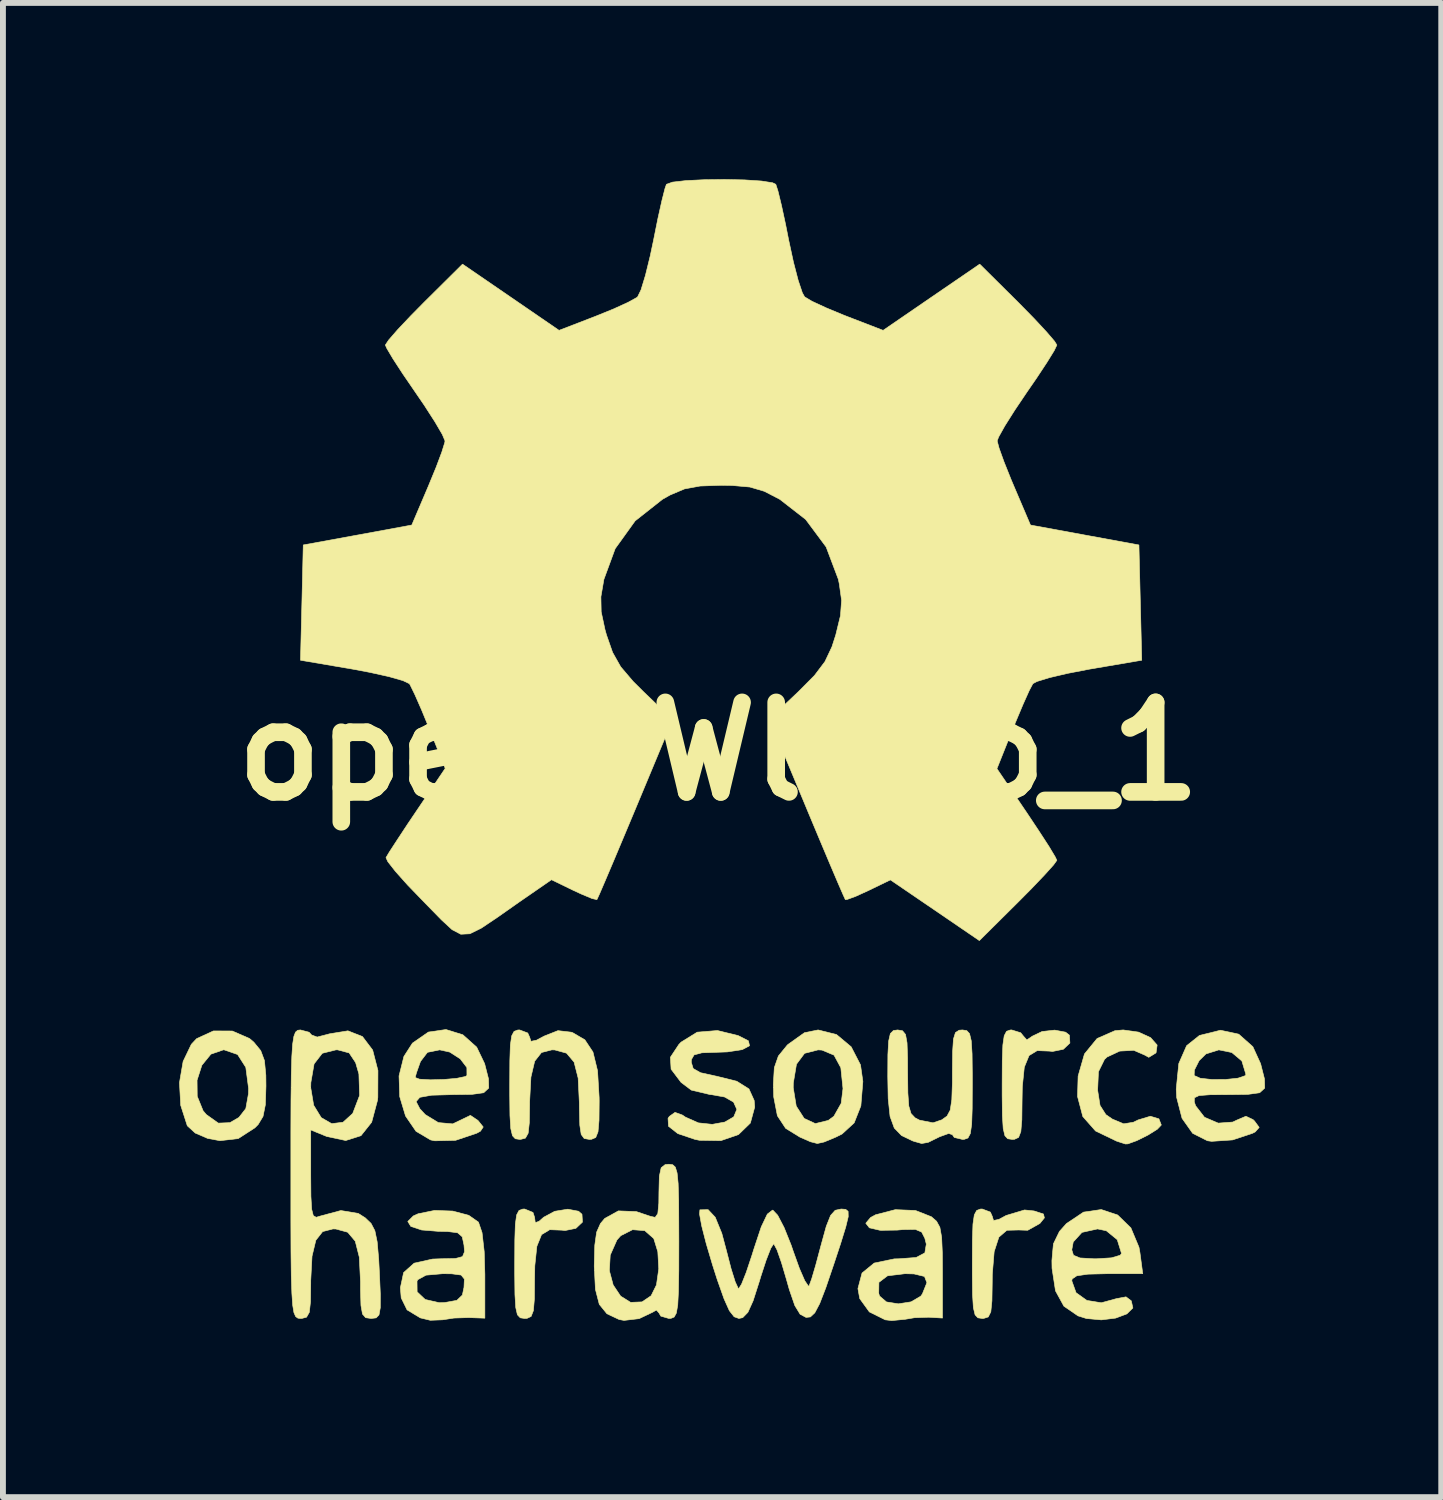
<source format=kicad_pcb>
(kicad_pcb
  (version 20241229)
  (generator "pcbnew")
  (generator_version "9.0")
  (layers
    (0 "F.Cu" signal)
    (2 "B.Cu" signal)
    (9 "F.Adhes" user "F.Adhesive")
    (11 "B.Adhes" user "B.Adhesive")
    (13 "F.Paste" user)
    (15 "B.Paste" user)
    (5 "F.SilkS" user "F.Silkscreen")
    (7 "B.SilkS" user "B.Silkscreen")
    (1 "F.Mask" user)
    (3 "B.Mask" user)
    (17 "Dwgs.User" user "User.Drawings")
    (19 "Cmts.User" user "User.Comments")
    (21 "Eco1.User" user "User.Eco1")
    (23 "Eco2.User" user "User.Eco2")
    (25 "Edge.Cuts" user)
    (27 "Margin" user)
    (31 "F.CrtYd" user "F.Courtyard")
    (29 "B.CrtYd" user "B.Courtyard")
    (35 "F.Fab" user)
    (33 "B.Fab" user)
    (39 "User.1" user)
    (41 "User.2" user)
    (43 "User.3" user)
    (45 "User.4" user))
  (footprint "openHWlogo_1"
    (layer "F.Cu")
    (at 9.182 9.74)
    (property "Reference" "openHWlogo_1" (at 0 0 0) (layer "F.SilkS") (effects (font (size 1.524 1.524) (thickness 0.3))))
    (attr through_hole)
    (fp_poly (pts (xy 4.625 7.841) (xy 4.657 7.912) (xy 4.679 7.985) (xy 4.772 7.965) (xy 4.894 7.899) (xy 5.207 7.805) (xy 5.369 7.822) (xy 5.529 7.874) (xy 5.545 7.94) (xy 5.468 8.035) (xy 5.261 8.151) (xy 5.107 8.146) (xy 4.906 8.151) (xy 4.77 8.268) (xy 4.69 8.514) (xy 4.658 8.903) (xy 4.657 9.033) (xy 4.652 9.353) (xy 4.633 9.539) (xy 4.59 9.626) (xy 4.512 9.651) (xy 4.487 9.652) (xy 4.413 9.641) (xy 4.365 9.59) (xy 4.336 9.468) (xy 4.322 9.246) (xy 4.318 8.896) (xy 4.318 8.721) (xy 4.32 8.313) (xy 4.329 8.046) (xy 4.352 7.889) (xy 4.392 7.814) (xy 4.455 7.79) (xy 4.487 7.789) (xy 4.625 7.841)) (stroke (width 0.01) (type solid)) (fill yes) (layer "F.SilkS"))
    (fp_poly (pts (xy 5.142 4.789) (xy 5.189 4.847) (xy 5.246 4.911) (xy 5.34 4.847) (xy 5.505 4.768) (xy 5.72 4.744) (xy 5.906 4.779) (xy 5.971 4.83) (xy 5.979 4.964) (xy 5.867 5.07) (xy 5.684 5.107) (xy 5.629 5.101) (xy 5.422 5.093) (xy 5.284 5.177) (xy 5.203 5.375) (xy 5.169 5.708) (xy 5.165 5.937) (xy 5.161 6.271) (xy 5.144 6.471) (xy 5.106 6.57) (xy 5.037 6.602) (xy 4.995 6.604) (xy 4.921 6.593) (xy 4.873 6.542) (xy 4.844 6.42) (xy 4.83 6.198) (xy 4.826 5.848) (xy 4.826 5.673) (xy 4.828 5.265) (xy 4.838 4.997) (xy 4.861 4.84) (xy 4.901 4.764) (xy 4.964 4.742) (xy 4.988 4.741) (xy 5.142 4.789)) (stroke (width 0.01) (type solid)) (fill yes) (layer "F.SilkS"))
    (fp_poly (pts (xy -3.16 7.847) (xy -3.133 7.929) (xy -3.121 8.022) (xy -3.055 7.997) (xy -2.978 7.929) (xy -2.79 7.828) (xy -2.568 7.792) (xy -2.384 7.827) (xy -2.326 7.878) (xy -2.318 8.012) (xy -2.43 8.118) (xy -2.614 8.155) (xy -2.668 8.149) (xy -2.875 8.141) (xy -3.014 8.225) (xy -3.094 8.423) (xy -3.129 8.756) (xy -3.133 8.985) (xy -3.136 9.319) (xy -3.153 9.519) (xy -3.192 9.618) (xy -3.261 9.65) (xy -3.302 9.652) (xy -3.376 9.641) (xy -3.425 9.59) (xy -3.453 9.468) (xy -3.467 9.246) (xy -3.471 8.896) (xy -3.471 8.721) (xy -3.469 8.313) (xy -3.46 8.046) (xy -3.438 7.889) (xy -3.398 7.814) (xy -3.334 7.79) (xy -3.302 7.789) (xy -3.16 7.847)) (stroke (width 0.01) (type solid)) (fill yes) (layer "F.SilkS"))
    (fp_poly (pts (xy 7.148 4.778) (xy 7.353 4.872) (xy 7.464 4.998) (xy 7.446 5.128) (xy 7.441 5.134) (xy 7.322 5.207) (xy 7.251 5.168) (xy 7.067 5.088) (xy 6.827 5.101) (xy 6.613 5.201) (xy 6.569 5.241) (xy 6.465 5.452) (xy 6.451 5.767) (xy 6.492 6.026) (xy 6.591 6.182) (xy 6.703 6.259) (xy 6.895 6.339) (xy 7.06 6.312) (xy 7.14 6.273) (xy 7.349 6.21) (xy 7.494 6.254) (xy 7.535 6.359) (xy 7.467 6.431) (xy 7.307 6.531) (xy 7.118 6.625) (xy 6.966 6.68) (xy 6.924 6.682) (xy 6.834 6.653) (xy 6.773 6.633) (xy 6.416 6.461) (xy 6.199 6.215) (xy 6.109 5.873) (xy 6.119 5.526) (xy 6.227 5.15) (xy 6.442 4.887) (xy 6.745 4.754) (xy 6.886 4.741) (xy 7.148 4.778)) (stroke (width 0.01) (type solid)) (fill yes) (layer "F.SilkS"))
    (fp_poly (pts (xy 2.006 4.819) (xy 2.256 5.028) (xy 2.415 5.336) (xy 2.455 5.618) (xy 2.421 6.034) (xy 2.307 6.323) (xy 2.101 6.512) (xy 1.993 6.566) (xy 1.796 6.648) (xy 1.68 6.674) (xy 1.563 6.644) (xy 1.383 6.565) (xy 1.141 6.416) (xy 1 6.201) (xy 0.938 5.882) (xy 0.933 5.724) (xy 1.27 5.724) (xy 1.321 6.037) (xy 1.456 6.247) (xy 1.646 6.335) (xy 1.866 6.281) (xy 1.962 6.21) (xy 2.086 5.99) (xy 2.117 5.739) (xy 2.08 5.384) (xy 1.964 5.17) (xy 1.759 5.084) (xy 1.693 5.08) (xy 1.463 5.139) (xy 1.325 5.324) (xy 1.271 5.647) (xy 1.27 5.724) (xy 0.933 5.724) (xy 0.931 5.672) (xy 0.948 5.383) (xy 1.017 5.185) (xy 1.165 5.003) (xy 1.179 4.989) (xy 1.461 4.788) (xy 1.693 4.741) (xy 2.006 4.819)) (stroke (width 0.01) (type solid)) (fill yes) (layer "F.SilkS"))
    (fp_poly (pts (xy -8.278 4.759) (xy -7.985 4.887) (xy -7.912 4.949) (xy -7.794 5.093) (xy -7.731 5.262) (xy -7.707 5.513) (xy -7.705 5.696) (xy -7.715 6.013) (xy -7.755 6.213) (xy -7.838 6.351) (xy -7.895 6.408) (xy -8.177 6.59) (xy -8.488 6.626) (xy -8.698 6.587) (xy -8.909 6.496) (xy -9.043 6.373) (xy -9.045 6.369) (xy -9.156 6.024) (xy -9.177 5.641) (xy -9.17 5.597) (xy -8.878 5.597) (xy -8.875 5.871) (xy -8.775 6.117) (xy -8.721 6.181) (xy -8.516 6.327) (xy -8.318 6.319) (xy -8.165 6.23) (xy -8.048 6.08) (xy -8.003 5.828) (xy -8.001 5.735) (xy -8.048 5.378) (xy -8.188 5.159) (xy -8.417 5.08) (xy -8.43 5.08) (xy -8.642 5.153) (xy -8.796 5.342) (xy -8.878 5.597) (xy -9.17 5.597) (xy -9.115 5.277) (xy -8.975 4.985) (xy -8.885 4.889) (xy -8.6 4.758) (xy -8.278 4.759)) (stroke (width 0.01) (type solid)) (fill yes) (layer "F.SilkS"))
    (fp_poly (pts (xy 0.332 4.837) (xy 0.507 4.926) (xy 0.526 5.01) (xy 0.402 5.076) (xy 0.148 5.115) (xy -0.024 5.121) (xy -0.285 5.13) (xy -0.418 5.166) (xy -0.463 5.244) (xy -0.466 5.29) (xy -0.433 5.398) (xy -0.308 5.469) (xy -0.054 5.525) (xy -0.042 5.527) (xy 0.308 5.614) (xy 0.516 5.745) (xy 0.605 5.941) (xy 0.614 6.054) (xy 0.54 6.326) (xy 0.338 6.522) (xy 0.039 6.625) (xy -0.327 6.619) (xy -0.402 6.604) (xy -0.695 6.505) (xy -0.853 6.381) (xy -0.861 6.246) (xy -0.839 6.213) (xy -0.742 6.144) (xy -0.616 6.19) (xy -0.565 6.225) (xy -0.344 6.323) (xy -0.108 6.348) (xy 0.105 6.309) (xy 0.257 6.221) (xy 0.31 6.093) (xy 0.254 5.969) (xy 0.101 5.882) (xy -0.126 5.842) (xy -0.141 5.842) (xy -0.465 5.765) (xy -0.639 5.634) (xy -0.809 5.409) (xy -0.821 5.206) (xy -0.676 4.987) (xy -0.639 4.949) (xy -0.365 4.779) (xy -0.02 4.751) (xy 0.332 4.837)) (stroke (width 0.01) (type solid)) (fill yes) (layer "F.SilkS"))
    (fp_poly (pts (xy 6.792 7.891) (xy 7.017 8.11) (xy 7.155 8.44) (xy 7.171 8.53) (xy 7.219 8.89) (xy 6.615 8.89) (xy 6.286 8.898) (xy 6.096 8.926) (xy 6.018 8.979) (xy 6.011 9.011) (xy 6.084 9.214) (xy 6.268 9.345) (xy 6.514 9.385) (xy 6.77 9.315) (xy 6.934 9.284) (xy 7.024 9.352) (xy 7.051 9.473) (xy 6.949 9.574) (xy 6.757 9.646) (xy 6.514 9.676) (xy 6.261 9.653) (xy 6.117 9.608) (xy 5.877 9.443) (xy 5.734 9.182) (xy 5.675 8.798) (xy 5.673 8.666) (xy 5.689 8.484) (xy 6.011 8.484) (xy 6.04 8.576) (xy 6.151 8.622) (xy 6.386 8.636) (xy 6.435 8.636) (xy 6.686 8.62) (xy 6.835 8.576) (xy 6.858 8.546) (xy 6.785 8.311) (xy 6.599 8.159) (xy 6.449 8.128) (xy 6.184 8.187) (xy 6.036 8.35) (xy 6.011 8.484) (xy 5.689 8.484) (xy 5.699 8.381) (xy 5.801 8.171) (xy 5.92 8.037) (xy 6.211 7.842) (xy 6.513 7.798) (xy 6.792 7.891)) (stroke (width 0.01) (type solid)) (fill yes) (layer "F.SilkS"))
    (fp_poly (pts (xy -4.526 7.824) (xy -4.254 7.896) (xy -4.088 8.012) (xy -4.027 8.191) (xy -3.99 8.516) (xy -3.979 8.904) (xy -3.979 9.647) (xy -4.255 9.637) (xy -4.505 9.645) (xy -4.699 9.675) (xy -4.908 9.683) (xy -5.078 9.642) (xy -5.303 9.506) (xy -5.403 9.302) (xy -5.417 9.129) (xy -5.393 9.018) (xy -5.134 9.018) (xy -5.132 9.199) (xy -4.995 9.329) (xy -4.756 9.384) (xy -4.664 9.381) (xy -4.456 9.344) (xy -4.362 9.254) (xy -4.334 9.123) (xy -4.328 8.981) (xy -4.383 8.913) (xy -4.541 8.892) (xy -4.696 8.89) (xy -4.981 8.915) (xy -5.121 8.992) (xy -5.134 9.018) (xy -5.393 9.018) (xy -5.362 8.871) (xy -5.183 8.711) (xy -4.87 8.641) (xy -4.73 8.636) (xy -4.48 8.631) (xy -4.359 8.599) (xy -4.325 8.516) (xy -4.334 8.403) (xy -4.364 8.262) (xy -4.444 8.193) (xy -4.622 8.171) (xy -4.759 8.17) (xy -5.056 8.146) (xy -5.239 8.085) (xy -5.291 8.001) (xy -5.197 7.907) (xy -5.115 7.87) (xy -4.834 7.813) (xy -4.526 7.824)) (stroke (width 0.01) (type solid)) (fill yes) (layer "F.SilkS"))
    (fp_poly (pts (xy -4.354 4.823) (xy -4.118 5.034) (xy -3.983 5.315) (xy -3.917 5.574) (xy -3.913 5.73) (xy -3.999 5.81) (xy -4.201 5.838) (xy -4.53 5.842) (xy -4.886 5.852) (xy -5.087 5.888) (xy -5.149 5.961) (xy -5.086 6.082) (xy -4.995 6.181) (xy -4.771 6.318) (xy -4.526 6.34) (xy -4.334 6.248) (xy -4.225 6.195) (xy -4.096 6.282) (xy -4.007 6.393) (xy -4.054 6.464) (xy -4.118 6.499) (xy -4.478 6.62) (xy -4.832 6.628) (xy -4.903 6.613) (xy -5.151 6.466) (xy -5.329 6.206) (xy -5.428 5.877) (xy -5.439 5.551) (xy -5.165 5.551) (xy -5.091 5.579) (xy -4.908 5.59) (xy -4.678 5.584) (xy -4.459 5.565) (xy -4.312 5.534) (xy -4.284 5.517) (xy -4.285 5.381) (xy -4.398 5.233) (xy -4.577 5.118) (xy -4.748 5.08) (xy -4.956 5.122) (xy -5.073 5.275) (xy -5.082 5.297) (xy -5.143 5.469) (xy -5.165 5.551) (xy -5.439 5.551) (xy -5.44 5.524) (xy -5.357 5.192) (xy -5.211 4.965) (xy -4.94 4.777) (xy -4.641 4.734) (xy -4.354 4.823)) (stroke (width 0.01) (type solid)) (fill yes) (layer "F.SilkS"))
    (fp_poly (pts (xy -3.249 4.793) (xy -3.217 4.864) (xy -3.194 4.935) (xy -3.099 4.915) (xy -2.97 4.846) (xy -2.735 4.753) (xy -2.51 4.779) (xy -2.485 4.787) (xy -2.277 4.909) (xy -2.139 5.117) (xy -2.061 5.436) (xy -2.034 5.891) (xy -2.033 5.948) (xy -2.036 6.279) (xy -2.053 6.475) (xy -2.092 6.572) (xy -2.163 6.602) (xy -2.201 6.604) (xy -2.288 6.589) (xy -2.339 6.52) (xy -2.363 6.362) (xy -2.37 6.08) (xy -2.371 5.975) (xy -2.391 5.561) (xy -2.46 5.289) (xy -2.589 5.136) (xy -2.79 5.081) (xy -2.839 5.08) (xy -3.015 5.125) (xy -3.131 5.273) (xy -3.195 5.544) (xy -3.217 5.959) (xy -3.217 6.006) (xy -3.222 6.319) (xy -3.242 6.499) (xy -3.288 6.582) (xy -3.371 6.604) (xy -3.387 6.604) (xy -3.461 6.593) (xy -3.509 6.542) (xy -3.538 6.42) (xy -3.552 6.198) (xy -3.556 5.848) (xy -3.556 5.673) (xy -3.554 5.265) (xy -3.545 4.998) (xy -3.522 4.841) (xy -3.482 4.766) (xy -3.419 4.742) (xy -3.387 4.741) (xy -3.249 4.793)) (stroke (width 0.01) (type solid)) (fill yes) (layer "F.SilkS"))
    (fp_poly (pts (xy 3.351 7.814) (xy 3.622 7.921) (xy 3.71 7.998) (xy 3.766 8.101) (xy 3.796 8.27) (xy 3.808 8.541) (xy 3.81 8.849) (xy 3.81 9.645) (xy 3.577 9.631) (xy 3.335 9.639) (xy 3.175 9.666) (xy 2.947 9.688) (xy 2.836 9.675) (xy 2.566 9.541) (xy 2.402 9.314) (xy 2.386 9.227) (xy 2.725 9.227) (xy 2.74 9.271) (xy 2.857 9.371) (xy 3.059 9.403) (xy 3.276 9.369) (xy 3.44 9.273) (xy 3.468 9.234) (xy 3.545 9.043) (xy 3.504 8.937) (xy 3.326 8.894) (xy 3.172 8.89) (xy 2.875 8.926) (xy 2.728 9.037) (xy 2.725 9.227) (xy 2.386 9.227) (xy 2.371 9.144) (xy 2.441 8.879) (xy 2.648 8.709) (xy 2.989 8.638) (xy 3.071 8.636) (xy 3.362 8.614) (xy 3.51 8.536) (xy 3.535 8.386) (xy 3.51 8.287) (xy 3.456 8.181) (xy 3.349 8.136) (xy 3.14 8.139) (xy 3.039 8.148) (xy 2.751 8.152) (xy 2.566 8.109) (xy 2.505 8.031) (xy 2.586 7.934) (xy 2.672 7.887) (xy 3.007 7.8) (xy 3.351 7.814)) (stroke (width 0.01) (type solid)) (fill yes) (layer "F.SilkS"))
    (fp_poly (pts (xy 8.853 4.813) (xy 9.093 5.026) (xy 9.225 5.315) (xy 9.291 5.575) (xy 9.295 5.731) (xy 9.209 5.81) (xy 9.006 5.838) (xy 8.681 5.842) (xy 8.36 5.844) (xy 8.177 5.858) (xy 8.099 5.895) (xy 8.096 5.965) (xy 8.119 6.032) (xy 8.27 6.227) (xy 8.504 6.327) (xy 8.751 6.309) (xy 8.82 6.276) (xy 8.975 6.21) (xy 9.096 6.267) (xy 9.122 6.292) (xy 9.201 6.4) (xy 9.134 6.476) (xy 9.09 6.499) (xy 8.748 6.613) (xy 8.392 6.637) (xy 8.32 6.627) (xy 8.069 6.501) (xy 7.888 6.245) (xy 7.797 5.893) (xy 7.789 5.75) (xy 7.812 5.517) (xy 8.094 5.517) (xy 8.198 5.563) (xy 8.396 5.585) (xy 8.63 5.584) (xy 8.839 5.562) (xy 8.962 5.52) (xy 8.975 5.498) (xy 8.906 5.269) (xy 8.735 5.125) (xy 8.514 5.08) (xy 8.295 5.149) (xy 8.179 5.263) (xy 8.098 5.424) (xy 8.094 5.517) (xy 7.812 5.517) (xy 7.833 5.312) (xy 7.966 5.009) (xy 8.184 4.835) (xy 8.542 4.746) (xy 8.853 4.813)) (stroke (width 0.01) (type solid)) (fill yes) (layer "F.SilkS"))
    (fp_poly (pts (xy 4.223 4.752) (xy 4.271 4.804) (xy 4.3 4.926) (xy 4.314 5.147) (xy 4.318 5.497) (xy 4.318 5.673) (xy 4.316 6.08) (xy 4.307 6.348) (xy 4.284 6.505) (xy 4.244 6.58) (xy 4.181 6.603) (xy 4.149 6.604) (xy 4.011 6.571) (xy 3.979 6.524) (xy 3.916 6.503) (xy 3.761 6.559) (xy 3.747 6.566) (xy 3.568 6.654) (xy 3.456 6.674) (xy 3.328 6.638) (xy 3.302 6.629) (xy 3.113 6.538) (xy 2.99 6.411) (xy 2.918 6.213) (xy 2.886 5.91) (xy 2.879 5.533) (xy 2.881 5.162) (xy 2.894 4.93) (xy 2.923 4.803) (xy 2.975 4.751) (xy 3.048 4.741) (xy 3.13 4.755) (xy 3.181 4.817) (xy 3.207 4.961) (xy 3.216 5.22) (xy 3.217 5.463) (xy 3.221 5.815) (xy 3.237 6.037) (xy 3.275 6.164) (xy 3.344 6.237) (xy 3.418 6.276) (xy 3.649 6.322) (xy 3.799 6.271) (xy 3.888 6.207) (xy 3.942 6.106) (xy 3.969 5.93) (xy 3.979 5.641) (xy 3.979 5.458) (xy 3.983 5.109) (xy 3.997 4.896) (xy 4.031 4.786) (xy 4.093 4.746) (xy 4.149 4.741) (xy 4.223 4.752)) (stroke (width 0.01) (type solid)) (fill yes) (layer "F.SilkS"))
    (fp_poly (pts (xy -0.782 7.035) (xy -0.737 7.076) (xy -0.707 7.175) (xy -0.689 7.355) (xy -0.68 7.643) (xy -0.678 8.062) (xy -0.677 8.34) (xy -0.678 8.837) (xy -0.684 9.19) (xy -0.696 9.423) (xy -0.72 9.561) (xy -0.757 9.628) (xy -0.811 9.65) (xy -0.847 9.652) (xy -0.984 9.612) (xy -1.016 9.557) (xy -1.059 9.508) (xy -1.122 9.545) (xy -1.353 9.655) (xy -1.61 9.685) (xy -1.693 9.67) (xy -1.901 9.572) (xy -2.031 9.412) (xy -2.097 9.157) (xy -2.113 8.839) (xy -1.86 8.839) (xy -1.795 9.082) (xy -1.668 9.272) (xy -1.498 9.378) (xy -1.304 9.37) (xy -1.149 9.265) (xy -1.058 9.081) (xy -1.019 8.807) (xy -1.035 8.516) (xy -1.104 8.292) (xy -1.257 8.157) (xy -1.465 8.141) (xy -1.666 8.243) (xy -1.731 8.316) (xy -1.845 8.574) (xy -1.86 8.839) (xy -2.113 8.839) (xy -2.117 8.771) (xy -2.117 8.75) (xy -2.108 8.406) (xy -2.077 8.184) (xy -2.011 8.036) (xy -1.939 7.95) (xy -1.706 7.821) (xy -1.4 7.833) (xy -1.164 7.913) (xy -1.08 7.931) (xy -1.035 7.867) (xy -1.018 7.689) (xy -1.016 7.502) (xy -1.009 7.23) (xy -0.978 7.087) (xy -0.91 7.033) (xy -0.847 7.027) (xy -0.782 7.035)) (stroke (width 0.01) (type solid)) (fill yes) (layer "F.SilkS"))
    (fp_poly (pts (xy 2.163 7.795) (xy 2.204 7.829) (xy 2.206 7.92) (xy 2.164 8.094) (xy 2.076 8.379) (xy 1.962 8.724) (xy 1.824 9.13) (xy 1.72 9.399) (xy 1.637 9.556) (xy 1.562 9.626) (xy 1.488 9.634) (xy 1.387 9.58) (xy 1.297 9.432) (xy 1.203 9.159) (xy 1.157 8.996) (xy 1.07 8.702) (xy 0.994 8.485) (xy 0.941 8.385) (xy 0.936 8.382) (xy 0.888 8.457) (xy 0.81 8.656) (xy 0.717 8.94) (xy 0.694 9.017) (xy 0.587 9.351) (xy 0.498 9.548) (xy 0.41 9.638) (xy 0.345 9.652) (xy 0.264 9.623) (xy 0.183 9.52) (xy 0.092 9.317) (xy -0.024 8.989) (xy -0.103 8.742) (xy -0.211 8.378) (xy -0.288 8.077) (xy -0.325 7.874) (xy -0.319 7.803) (xy -0.179 7.8) (xy -0.058 7.929) (xy 0.054 8.203) (xy 0.134 8.503) (xy 0.212 8.805) (xy 0.283 9.031) (xy 0.334 9.14) (xy 0.342 9.144) (xy 0.39 9.069) (xy 0.47 8.868) (xy 0.566 8.58) (xy 0.602 8.465) (xy 0.726 8.092) (xy 0.829 7.876) (xy 0.917 7.808) (xy 0.924 7.809) (xy 1.005 7.895) (xy 1.115 8.106) (xy 1.234 8.403) (xy 1.269 8.505) (xy 1.375 8.8) (xy 1.466 9.009) (xy 1.528 9.101) (xy 1.54 9.097) (xy 1.583 8.981) (xy 1.652 8.747) (xy 1.733 8.444) (xy 1.744 8.403) (xy 1.832 8.084) (xy 1.906 7.898) (xy 1.984 7.811) (xy 2.086 7.789) (xy 2.163 7.795)) (stroke (width 0.01) (type solid)) (fill yes) (layer "F.SilkS"))
    (fp_poly (pts (xy -6.971 4.78) (xy -6.928 4.827) (xy -6.833 4.862) (xy -6.622 4.807) (xy -6.31 4.756) (xy -6.063 4.853) (xy -5.889 5.083) (xy -5.799 5.432) (xy -5.801 5.888) (xy -5.807 5.941) (xy -5.906 6.312) (xy -6.088 6.541) (xy -6.347 6.623) (xy -6.668 6.555) (xy -6.943 6.443) (xy -6.943 7.21) (xy -6.94 7.572) (xy -6.927 7.793) (xy -6.899 7.903) (xy -6.849 7.93) (xy -6.795 7.913) (xy -6.43 7.815) (xy -6.134 7.864) (xy -6.014 7.94) (xy -5.915 8.036) (xy -5.851 8.159) (xy -5.812 8.348) (xy -5.786 8.644) (xy -5.774 8.878) (xy -5.758 9.242) (xy -5.759 9.47) (xy -5.781 9.592) (xy -5.83 9.642) (xy -5.913 9.652) (xy -5.916 9.652) (xy -6.008 9.639) (xy -6.062 9.577) (xy -6.088 9.43) (xy -6.096 9.162) (xy -6.096 9.023) (xy -6.116 8.609) (xy -6.185 8.337) (xy -6.314 8.184) (xy -6.516 8.129) (xy -6.565 8.128) (xy -6.74 8.173) (xy -6.856 8.321) (xy -6.921 8.592) (xy -6.943 9.007) (xy -6.943 9.054) (xy -6.947 9.367) (xy -6.967 9.547) (xy -7.014 9.63) (xy -7.096 9.652) (xy -7.112 9.652) (xy -7.161 9.647) (xy -7.199 9.62) (xy -7.229 9.552) (xy -7.25 9.426) (xy -7.264 9.223) (xy -7.274 8.926) (xy -7.279 8.515) (xy -7.281 7.974) (xy -7.281 7.283) (xy -7.281 7.197) (xy -7.281 6.488) (xy -7.279 5.931) (xy -7.276 5.724) (xy -6.943 5.724) (xy -6.893 6.023) (xy -6.764 6.234) (xy -6.586 6.336) (xy -6.393 6.312) (xy -6.228 6.162) (xy -6.111 5.856) (xy -6.123 5.49) (xy -6.179 5.297) (xy -6.289 5.132) (xy -6.484 5.08) (xy -6.514 5.08) (xy -6.746 5.138) (xy -6.886 5.319) (xy -6.941 5.637) (xy -6.943 5.724) (xy -7.276 5.724) (xy -7.274 5.506) (xy -7.265 5.197) (xy -7.251 4.984) (xy -7.23 4.851) (xy -7.202 4.778) (xy -7.165 4.747) (xy -7.119 4.741) (xy -6.971 4.78)) (stroke (width 0.01) (type solid)) (fill yes) (layer "F.SilkS"))
    (fp_poly (pts (xy 0.439 -9.728) (xy 0.727 -9.709) (xy 0.919 -9.679) (xy 0.973 -9.653) (xy 1.01 -9.539) (xy 1.069 -9.297) (xy 1.14 -8.968) (xy 1.193 -8.7) (xy 1.273 -8.33) (xy 1.354 -8.018) (xy 1.425 -7.806) (xy 1.464 -7.737) (xy 1.589 -7.662) (xy 1.826 -7.552) (xy 2.127 -7.427) (xy 2.183 -7.405) (xy 2.8 -7.167) (xy 3.622 -7.731) (xy 4.444 -8.294) (xy 5.101 -7.642) (xy 5.367 -7.371) (xy 5.581 -7.141) (xy 5.719 -6.98) (xy 5.757 -6.917) (xy 5.712 -6.822) (xy 5.588 -6.621) (xy 5.407 -6.347) (xy 5.249 -6.118) (xy 5.039 -5.806) (xy 4.871 -5.54) (xy 4.766 -5.352) (xy 4.741 -5.285) (xy 4.773 -5.164) (xy 4.857 -4.93) (xy 4.978 -4.628) (xy 5.025 -4.517) (xy 5.308 -3.853) (xy 7.154 -3.514) (xy 7.178 -2.533) (xy 7.202 -1.552) (xy 6.311 -1.4) (xy 5.938 -1.328) (xy 5.628 -1.255) (xy 5.418 -1.19) (xy 5.349 -1.153) (xy 5.286 -1.034) (xy 5.182 -0.802) (xy 5.054 -0.497) (xy 5.007 -0.382) (xy 4.737 0.294) (xy 5.247 1.046) (xy 5.455 1.359) (xy 5.623 1.618) (xy 5.729 1.795) (xy 5.757 1.854) (xy 5.701 1.932) (xy 5.548 2.102) (xy 5.323 2.338) (xy 5.098 2.565) (xy 4.438 3.22) (xy 3.681 2.703) (xy 2.924 2.187) (xy 2.552 2.367) (xy 2.333 2.467) (xy 2.188 2.52) (xy 2.157 2.523) (xy 2.119 2.44) (xy 2.026 2.226) (xy 1.889 1.904) (xy 1.718 1.498) (xy 1.523 1.032) (xy 1.499 0.974) (xy 0.864 -0.55) (xy 1.357 -1.016) (xy 1.632 -1.293) (xy 1.81 -1.529) (xy 1.929 -1.781) (xy 1.994 -1.983) (xy 2.074 -2.311) (xy 2.093 -2.571) (xy 2.054 -2.851) (xy 2.038 -2.929) (xy 1.83 -3.48) (xy 1.482 -3.948) (xy 1.041 -4.291) (xy 0.779 -4.427) (xy 0.532 -4.5) (xy 0.226 -4.527) (xy 0.042 -4.53) (xy -0.316 -4.517) (xy -0.581 -4.468) (xy -0.827 -4.364) (xy -0.956 -4.291) (xy -1.421 -3.924) (xy -1.761 -3.451) (xy -1.953 -2.929) (xy -2.004 -2.632) (xy -1.999 -2.375) (xy -1.934 -2.072) (xy -1.909 -1.983) (xy -1.805 -1.685) (xy -1.667 -1.44) (xy -1.454 -1.19) (xy -1.274 -1.011) (xy -0.783 -0.54) (xy -1.416 0.979) (xy -1.613 1.449) (xy -1.787 1.863) (xy -1.928 2.195) (xy -2.026 2.423) (xy -2.071 2.521) (xy -2.073 2.523) (xy -2.155 2.504) (xy -2.339 2.427) (xy -2.471 2.366) (xy -2.845 2.184) (xy -3.391 2.561) (xy -3.771 2.828) (xy -4.041 3.009) (xy -4.234 3.104) (xy -4.388 3.112) (xy -4.537 3.034) (xy -4.717 2.868) (xy -4.963 2.616) (xy -5.03 2.547) (xy -5.294 2.274) (xy -5.502 2.041) (xy -5.631 1.876) (xy -5.662 1.808) (xy -5.604 1.711) (xy -5.472 1.508) (xy -5.289 1.23) (xy -5.142 1.012) (xy -4.654 0.289) (xy -4.924 -0.385) (xy -5.055 -0.704) (xy -5.17 -0.966) (xy -5.249 -1.128) (xy -5.264 -1.153) (xy -5.373 -1.205) (xy -5.611 -1.273) (xy -5.94 -1.346) (xy -6.226 -1.4) (xy -7.117 -1.552) (xy -7.093 -2.533) (xy -7.07 -3.514) (xy -6.146 -3.683) (xy -5.223 -3.853) (xy -4.94 -4.517) (xy -4.81 -4.833) (xy -4.712 -5.094) (xy -4.661 -5.259) (xy -4.657 -5.285) (xy -4.703 -5.395) (xy -4.827 -5.607) (xy -5.009 -5.89) (xy -5.165 -6.118) (xy -5.375 -6.425) (xy -5.543 -6.683) (xy -5.647 -6.859) (xy -5.673 -6.917) (xy -5.616 -7.003) (xy -5.463 -7.179) (xy -5.237 -7.418) (xy -5.016 -7.642) (xy -4.359 -8.294) (xy -3.538 -7.731) (xy -2.716 -7.167) (xy -2.099 -7.405) (xy -1.791 -7.53) (xy -1.539 -7.645) (xy -1.391 -7.727) (xy -1.379 -7.737) (xy -1.321 -7.856) (xy -1.246 -8.102) (xy -1.164 -8.435) (xy -1.108 -8.7) (xy -1.034 -9.069) (xy -0.965 -9.378) (xy -0.912 -9.586) (xy -0.888 -9.653) (xy -0.785 -9.69) (xy -0.556 -9.716) (xy -0.247 -9.731) (xy 0.1 -9.735) (xy 0.439 -9.728)) (stroke (width 0.01) (type solid)) (fill yes) (layer "F.SilkS")))
  (gr_rect
    (start -3 -3)
    (end 21.482 22.433)
    (stroke (width 0.1) (type default))
    (fill no)
    (layer "Edge.Cuts")))
</source>
